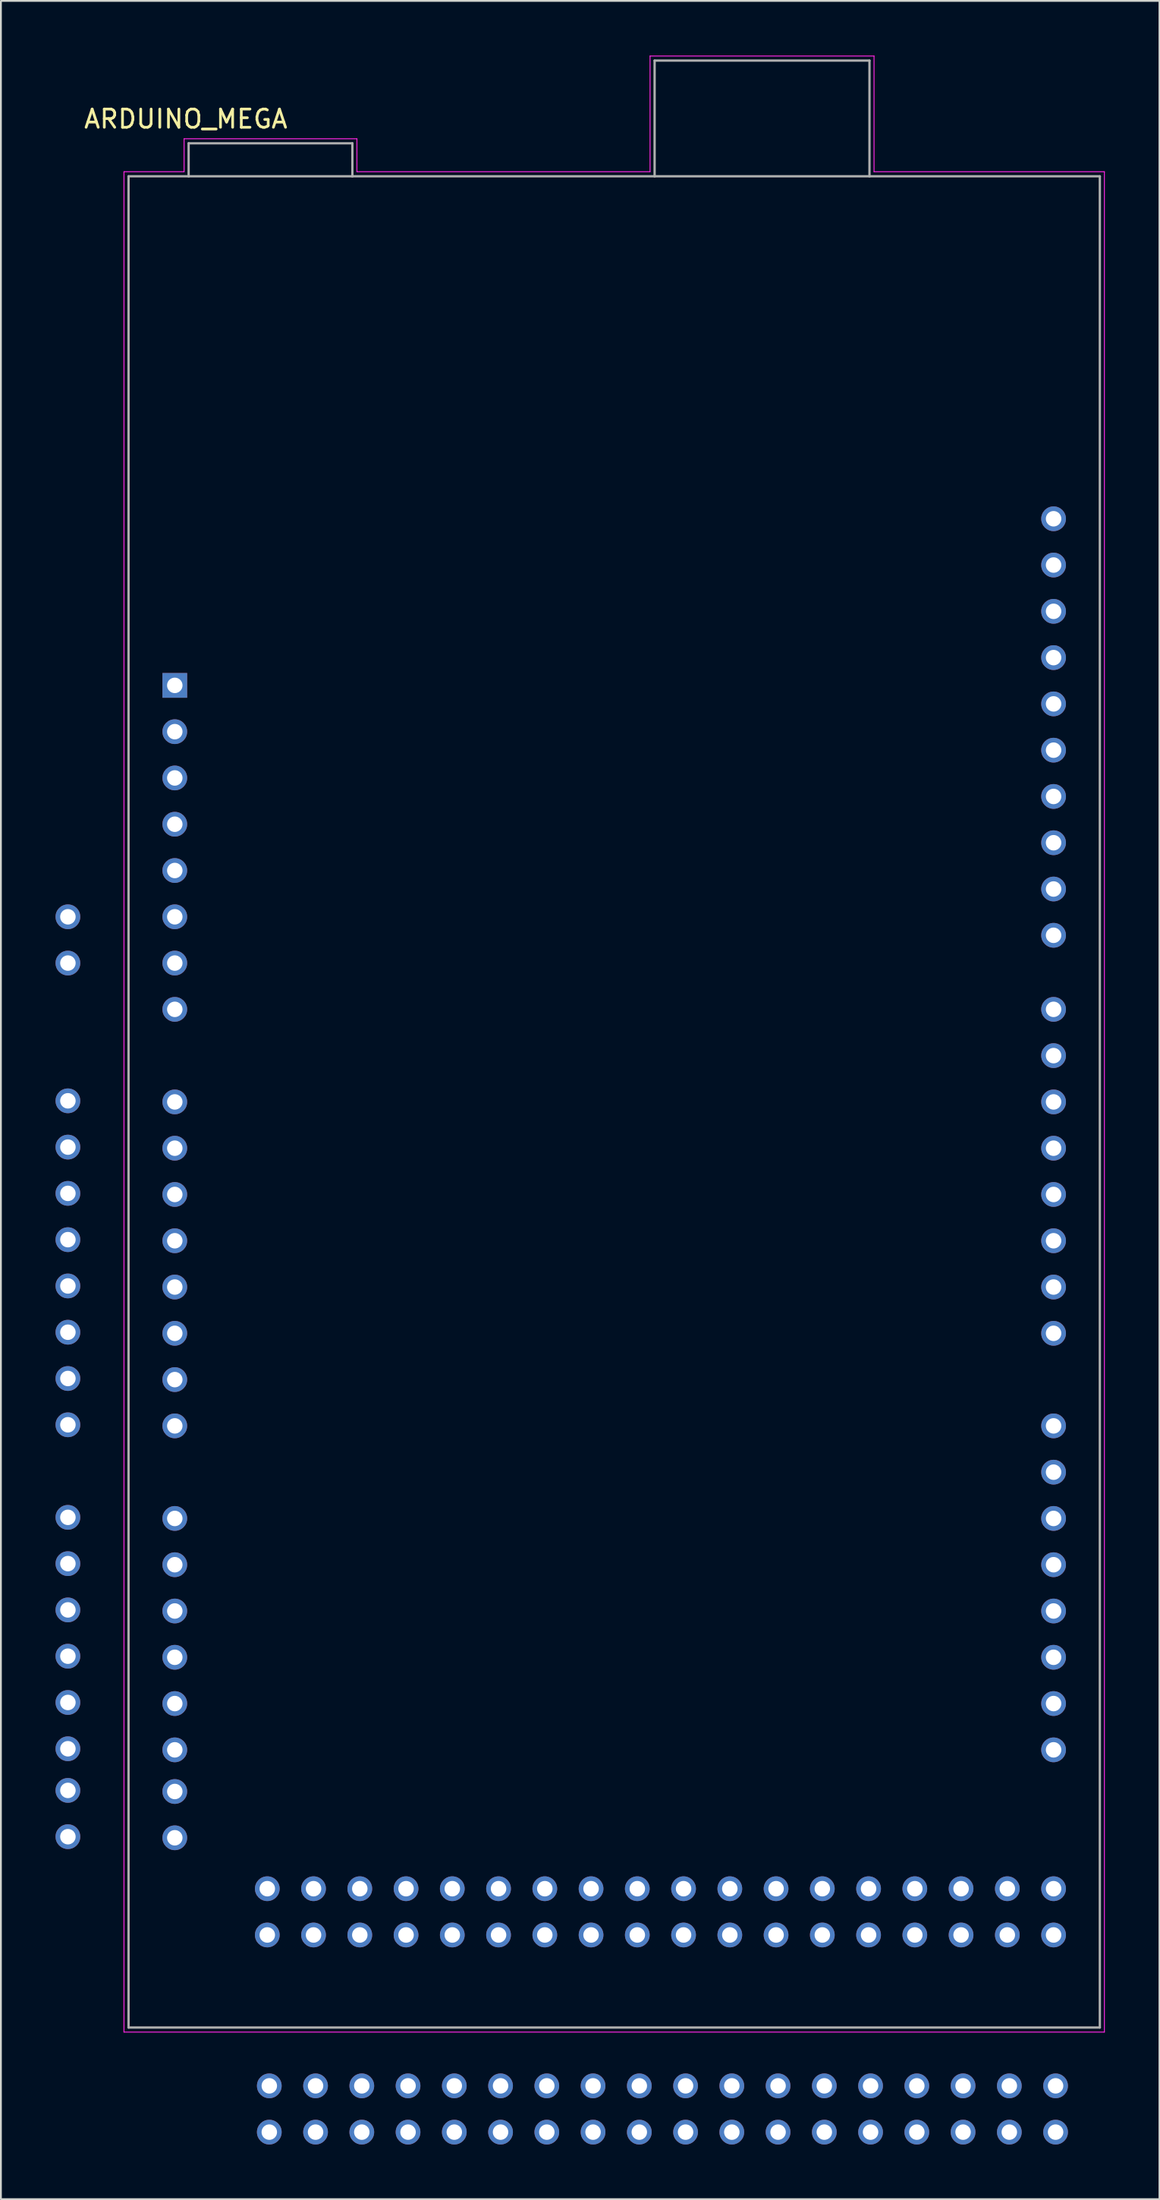
<source format=kicad_pcb>
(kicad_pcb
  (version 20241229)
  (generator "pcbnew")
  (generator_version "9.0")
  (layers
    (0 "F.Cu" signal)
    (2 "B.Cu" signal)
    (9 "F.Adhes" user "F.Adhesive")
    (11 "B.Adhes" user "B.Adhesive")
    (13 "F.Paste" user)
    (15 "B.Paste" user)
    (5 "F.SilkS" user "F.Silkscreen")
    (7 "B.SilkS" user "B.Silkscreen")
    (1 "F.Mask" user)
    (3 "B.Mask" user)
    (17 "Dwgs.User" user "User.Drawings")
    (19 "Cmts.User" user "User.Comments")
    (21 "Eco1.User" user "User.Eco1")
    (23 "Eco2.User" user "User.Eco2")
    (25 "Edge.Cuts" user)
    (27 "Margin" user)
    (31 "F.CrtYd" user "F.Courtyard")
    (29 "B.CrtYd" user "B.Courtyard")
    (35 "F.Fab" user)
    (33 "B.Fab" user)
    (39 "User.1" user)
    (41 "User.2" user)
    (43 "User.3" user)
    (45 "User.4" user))
  (footprint "ARDUINO_MEGA"
    (layer "F.Cu")
    (at 30.679 57.425)
    (property "Reference" "ARDUINO_MEGA" (at -23.525 -53.945 0) (layer "F.SilkS") (effects (font (size 1 1) (thickness 0.15))))
    (attr through_hole)
    (fp_line (start -26.92 -51.05) (end -23.62 -51.05) (stroke (width 0.05) (type solid)) (layer "F.CrtYd"))
    (fp_line (start -26.92 51.05) (end -26.92 -51.05) (stroke (width 0.05) (type solid)) (layer "F.CrtYd"))
    (fp_line (start -23.62 -52.86) (end -14.128 -52.86) (stroke (width 0.05) (type solid)) (layer "F.CrtYd"))
    (fp_line (start -23.62 -51.05) (end -23.62 -52.86) (stroke (width 0.05) (type solid)) (layer "F.CrtYd"))
    (fp_line (start -14.128 -52.86) (end -14.128 -51.05) (stroke (width 0.05) (type solid)) (layer "F.CrtYd"))
    (fp_line (start -14.128 -51.05) (end 1.97 -51.05) (stroke (width 0.05) (type solid)) (layer "F.CrtYd"))
    (fp_line (start 1.97 -57.4) (end 14.27 -57.4) (stroke (width 0.05) (type solid)) (layer "F.CrtYd"))
    (fp_line (start 1.97 -51.05) (end 1.97 -57.4) (stroke (width 0.05) (type solid)) (layer "F.CrtYd"))
    (fp_line (start 14.27 -57.4) (end 14.27 -51.05) (stroke (width 0.05) (type solid)) (layer "F.CrtYd"))
    (fp_line (start 14.27 -51.05) (end 26.92 -51.05) (stroke (width 0.05) (type solid)) (layer "F.CrtYd"))
    (fp_line (start 26.92 -51.05) (end 26.92 51.05) (stroke (width 0.05) (type solid)) (layer "F.CrtYd"))
    (fp_line (start 26.92 51.05) (end -26.92 51.05) (stroke (width 0.05) (type solid)) (layer "F.CrtYd"))
    (fp_line (start -26.67 -50.8) (end -23.37 -50.8) (stroke (width 0.127) (type solid)) (layer "F.Fab"))
    (fp_line (start -26.67 50.8) (end -26.67 -50.8) (stroke (width 0.127) (type solid)) (layer "F.Fab"))
    (fp_line (start -23.37 -52.61) (end -14.378 -52.61) (stroke (width 0.127) (type solid)) (layer "F.Fab"))
    (fp_line (start -23.37 -50.8) (end -23.37 -52.61) (stroke (width 0.127) (type solid)) (layer "F.Fab"))
    (fp_line (start -23.37 -50.8) (end -14.378 -50.8) (stroke (width 0.127) (type solid)) (layer "F.Fab"))
    (fp_line (start -14.378 -52.61) (end -14.378 -50.8) (stroke (width 0.127) (type solid)) (layer "F.Fab"))
    (fp_line (start -14.378 -50.8) (end 2.22 -50.8) (stroke (width 0.127) (type solid)) (layer "F.Fab"))
    (fp_line (start 2.22 -57.15) (end 2.22 -50.8) (stroke (width 0.127) (type solid)) (layer "F.Fab"))
    (fp_line (start 2.22 -50.8) (end 14.02 -50.8) (stroke (width 0.127) (type solid)) (layer "F.Fab"))
    (fp_line (start 14.02 -57.15) (end 2.22 -57.15) (stroke (width 0.127) (type solid)) (layer "F.Fab"))
    (fp_line (start 14.02 -50.8) (end 14.02 -57.15) (stroke (width 0.127) (type solid)) (layer "F.Fab"))
    (fp_line (start 14.02 -50.8) (end 26.67 -50.8) (stroke (width 0.127) (type solid)) (layer "F.Fab"))
    (fp_line (start 26.67 -50.8) (end 26.67 50.8) (stroke (width 0.127) (type solid)) (layer "F.Fab"))
    (fp_line (start 26.67 50.8) (end -26.67 50.8) (stroke (width 0.127) (type solid)) (layer "F.Fab"))
    (pad "0" thru_hole circle (at 24.13 12.7) (size 1.358 1.358) (drill 0.85) (layers "*.Cu" "*.Mask"))
    (pad "1" thru_hole circle (at 24.13 10.16) (size 1.358 1.358) (drill 0.85) (layers "*.Cu" "*.Mask"))
    (pad "2" thru_hole circle (at 24.13 7.62) (size 1.358 1.358) (drill 0.85) (layers "*.Cu" "*.Mask"))
    (pad "3" thru_hole circle (at 24.13 5.08) (size 1.358 1.358) (drill 0.85) (layers "*.Cu" "*.Mask"))
    (pad "3V3" thru_hole circle (at -24.13 -15.24) (size 1.358 1.358) (drill 0.85) (layers "*.Cu" "*.Mask"))
    (pad "4" thru_hole circle (at 24.13 2.54) (size 1.358 1.358) (drill 0.85) (layers "*.Cu" "*.Mask"))
    (pad "5" thru_hole circle (at 24.13 0) (size 1.358 1.358) (drill 0.85) (layers "*.Cu" "*.Mask"))
    (pad "5V_1" thru_hole circle (at -24.13 -12.7) (size 1.358 1.358) (drill 0.85) (layers "*.Cu" "*.Mask"))
    (pad "5V_2" thru_hole circle (at 24.13 43.18) (size 1.358 1.358) (drill 0.85) (layers "*.Cu" "*.Mask"))
    (pad "5V_2" thru_hole circle (at 24.24 54) (size 1.358 1.358) (drill 0.85) (layers "*.Cu" "*.Mask"))
    (pad "5V_3" thru_hole circle (at 24.13 45.72) (size 1.358 1.358) (drill 0.85) (layers "*.Cu" "*.Mask"))
    (pad "5V_3" thru_hole circle (at 24.24 56.54) (size 1.358 1.358) (drill 0.85) (layers "*.Cu" "*.Mask"))
    (pad "6" thru_hole circle (at 24.13 -2.54) (size 1.358 1.358) (drill 0.85) (layers "*.Cu" "*.Mask"))
    (pad "7" thru_hole circle (at 24.13 -5.08) (size 1.358 1.358) (drill 0.85) (layers "*.Cu" "*.Mask"))
    (pad "8" thru_hole circle (at 24.13 -9.144) (size 1.358 1.358) (drill 0.85) (layers "*.Cu" "*.Mask"))
    (pad "9" thru_hole circle (at 24.13 -11.684) (size 1.358 1.358) (drill 0.85) (layers "*.Cu" "*.Mask"))
    (pad "10" thru_hole circle (at 24.13 -14.224) (size 1.358 1.358) (drill 0.85) (layers "*.Cu" "*.Mask"))
    (pad "11" thru_hole circle (at 24.13 -16.764) (size 1.358 1.358) (drill 0.85) (layers "*.Cu" "*.Mask"))
    (pad "12" thru_hole circle (at 24.13 -19.304) (size 1.358 1.358) (drill 0.85) (layers "*.Cu" "*.Mask"))
    (pad "13" thru_hole circle (at 24.13 -21.844) (size 1.358 1.358) (drill 0.85) (layers "*.Cu" "*.Mask"))
    (pad "14" thru_hole circle (at 24.13 17.78) (size 1.358 1.358) (drill 0.85) (layers "*.Cu" "*.Mask"))
    (pad "15" thru_hole circle (at 24.13 20.32) (size 1.358 1.358) (drill 0.85) (layers "*.Cu" "*.Mask"))
    (pad "16" thru_hole circle (at 24.13 22.86) (size 1.358 1.358) (drill 0.85) (layers "*.Cu" "*.Mask"))
    (pad "17" thru_hole circle (at 24.13 25.4) (size 1.358 1.358) (drill 0.85) (layers "*.Cu" "*.Mask"))
    (pad "18" thru_hole circle (at 24.13 27.94) (size 1.358 1.358) (drill 0.85) (layers "*.Cu" "*.Mask"))
    (pad "19" thru_hole circle (at 24.13 30.48) (size 1.358 1.358) (drill 0.85) (layers "*.Cu" "*.Mask"))
    (pad "20" thru_hole circle (at 24.13 33.02) (size 1.358 1.358) (drill 0.85) (layers "*.Cu" "*.Mask"))
    (pad "21" thru_hole circle (at 24.13 35.56) (size 1.358 1.358) (drill 0.85) (layers "*.Cu" "*.Mask"))
    (pad "22" thru_hole circle (at 21.59 43.18) (size 1.358 1.358) (drill 0.85) (layers "*.Cu" "*.Mask"))
    (pad "22" thru_hole circle (at 21.7 54) (size 1.358 1.358) (drill 0.85) (layers "*.Cu" "*.Mask"))
    (pad "23" thru_hole circle (at 21.59 45.72) (size 1.358 1.358) (drill 0.85) (layers "*.Cu" "*.Mask"))
    (pad "23" thru_hole circle (at 21.7 56.54) (size 1.358 1.358) (drill 0.85) (layers "*.Cu" "*.Mask"))
    (pad "24" thru_hole circle (at 19.05 43.18) (size 1.358 1.358) (drill 0.85) (layers "*.Cu" "*.Mask"))
    (pad "24" thru_hole circle (at 19.16 54) (size 1.358 1.358) (drill 0.85) (layers "*.Cu" "*.Mask"))
    (pad "25" thru_hole circle (at 19.05 45.72) (size 1.358 1.358) (drill 0.85) (layers "*.Cu" "*.Mask"))
    (pad "25" thru_hole circle (at 19.16 56.54) (size 1.358 1.358) (drill 0.85) (layers "*.Cu" "*.Mask"))
    (pad "26" thru_hole circle (at 16.51 43.18) (size 1.358 1.358) (drill 0.85) (layers "*.Cu" "*.Mask"))
    (pad "26" thru_hole circle (at 16.62 54) (size 1.358 1.358) (drill 0.85) (layers "*.Cu" "*.Mask"))
    (pad "27" thru_hole circle (at 16.51 45.72) (size 1.358 1.358) (drill 0.85) (layers "*.Cu" "*.Mask"))
    (pad "27" thru_hole circle (at 16.62 56.54) (size 1.358 1.358) (drill 0.85) (layers "*.Cu" "*.Mask"))
    (pad "28" thru_hole circle (at 13.97 43.18) (size 1.358 1.358) (drill 0.85) (layers "*.Cu" "*.Mask"))
    (pad "28" thru_hole circle (at 14.08 54) (size 1.358 1.358) (drill 0.85) (layers "*.Cu" "*.Mask"))
    (pad "29" thru_hole circle (at 13.97 45.72) (size 1.358 1.358) (drill 0.85) (layers "*.Cu" "*.Mask"))
    (pad "29" thru_hole circle (at 14.08 56.54) (size 1.358 1.358) (drill 0.85) (layers "*.Cu" "*.Mask"))
    (pad "30" thru_hole circle (at 11.43 43.18) (size 1.358 1.358) (drill 0.85) (layers "*.Cu" "*.Mask"))
    (pad "30" thru_hole circle (at 11.54 54) (size 1.358 1.358) (drill 0.85) (layers "*.Cu" "*.Mask"))
    (pad "31" thru_hole circle (at 11.43 45.72) (size 1.358 1.358) (drill 0.85) (layers "*.Cu" "*.Mask"))
    (pad "31" thru_hole circle (at 11.54 56.54) (size 1.358 1.358) (drill 0.85) (layers "*.Cu" "*.Mask"))
    (pad "32" thru_hole circle (at 8.89 43.18) (size 1.358 1.358) (drill 0.85) (layers "*.Cu" "*.Mask"))
    (pad "32" thru_hole circle (at 9 54) (size 1.358 1.358) (drill 0.85) (layers "*.Cu" "*.Mask"))
    (pad "33" thru_hole circle (at 8.89 45.72) (size 1.358 1.358) (drill 0.85) (layers "*.Cu" "*.Mask"))
    (pad "33" thru_hole circle (at 9 56.54) (size 1.358 1.358) (drill 0.85) (layers "*.Cu" "*.Mask"))
    (pad "34" thru_hole circle (at 6.35 43.18) (size 1.358 1.358) (drill 0.85) (layers "*.Cu" "*.Mask"))
    (pad "34" thru_hole circle (at 6.46 54) (size 1.358 1.358) (drill 0.85) (layers "*.Cu" "*.Mask"))
    (pad "35" thru_hole circle (at 6.35 45.72) (size 1.358 1.358) (drill 0.85) (layers "*.Cu" "*.Mask"))
    (pad "35" thru_hole circle (at 6.46 56.54) (size 1.358 1.358) (drill 0.85) (layers "*.Cu" "*.Mask"))
    (pad "36" thru_hole circle (at 3.81 43.18) (size 1.358 1.358) (drill 0.85) (layers "*.Cu" "*.Mask"))
    (pad "36" thru_hole circle (at 3.92 54) (size 1.358 1.358) (drill 0.85) (layers "*.Cu" "*.Mask"))
    (pad "37" thru_hole circle (at 3.81 45.72) (size 1.358 1.358) (drill 0.85) (layers "*.Cu" "*.Mask"))
    (pad "37" thru_hole circle (at 3.92 56.54) (size 1.358 1.358) (drill 0.85) (layers "*.Cu" "*.Mask"))
    (pad "38" thru_hole circle (at 1.27 43.18) (size 1.358 1.358) (drill 0.85) (layers "*.Cu" "*.Mask"))
    (pad "38" thru_hole circle (at 1.38 54) (size 1.358 1.358) (drill 0.85) (layers "*.Cu" "*.Mask"))
    (pad "39" thru_hole circle (at 1.27 45.72) (size 1.358 1.358) (drill 0.85) (layers "*.Cu" "*.Mask"))
    (pad "39" thru_hole circle (at 1.38 56.54) (size 1.358 1.358) (drill 0.85) (layers "*.Cu" "*.Mask"))
    (pad "40" thru_hole circle (at -1.27 43.18) (size 1.358 1.358) (drill 0.85) (layers "*.Cu" "*.Mask"))
    (pad "40" thru_hole circle (at -1.16 54) (size 1.358 1.358) (drill 0.85) (layers "*.Cu" "*.Mask"))
    (pad "41" thru_hole circle (at -1.27 45.72) (size 1.358 1.358) (drill 0.85) (layers "*.Cu" "*.Mask"))
    (pad "41" thru_hole circle (at -1.16 56.54) (size 1.358 1.358) (drill 0.85) (layers "*.Cu" "*.Mask"))
    (pad "42" thru_hole circle (at -3.81 43.18) (size 1.358 1.358) (drill 0.85) (layers "*.Cu" "*.Mask"))
    (pad "42" thru_hole circle (at -3.7 54) (size 1.358 1.358) (drill 0.85) (layers "*.Cu" "*.Mask"))
    (pad "43" thru_hole circle (at -3.81 45.72) (size 1.358 1.358) (drill 0.85) (layers "*.Cu" "*.Mask"))
    (pad "43" thru_hole circle (at -3.7 56.54) (size 1.358 1.358) (drill 0.85) (layers "*.Cu" "*.Mask"))
    (pad "44" thru_hole circle (at -6.35 43.18) (size 1.358 1.358) (drill 0.85) (layers "*.Cu" "*.Mask"))
    (pad "44" thru_hole circle (at -6.24 54) (size 1.358 1.358) (drill 0.85) (layers "*.Cu" "*.Mask"))
    (pad "45" thru_hole circle (at -6.35 45.72) (size 1.358 1.358) (drill 0.85) (layers "*.Cu" "*.Mask"))
    (pad "45" thru_hole circle (at -6.24 56.54) (size 1.358 1.358) (drill 0.85) (layers "*.Cu" "*.Mask"))
    (pad "46" thru_hole circle (at -8.89 43.18) (size 1.358 1.358) (drill 0.85) (layers "*.Cu" "*.Mask"))
    (pad "46" thru_hole circle (at -8.78 54) (size 1.358 1.358) (drill 0.85) (layers "*.Cu" "*.Mask"))
    (pad "47" thru_hole circle (at -8.89 45.72) (size 1.358 1.358) (drill 0.85) (layers "*.Cu" "*.Mask"))
    (pad "47" thru_hole circle (at -8.78 56.54) (size 1.358 1.358) (drill 0.85) (layers "*.Cu" "*.Mask"))
    (pad "48" thru_hole circle (at -11.43 43.18) (size 1.358 1.358) (drill 0.85) (layers "*.Cu" "*.Mask"))
    (pad "48" thru_hole circle (at -11.32 54) (size 1.358 1.358) (drill 0.85) (layers "*.Cu" "*.Mask"))
    (pad "49" thru_hole circle (at -11.43 45.72) (size 1.358 1.358) (drill 0.85) (layers "*.Cu" "*.Mask"))
    (pad "49" thru_hole circle (at -11.32 56.54) (size 1.358 1.358) (drill 0.85) (layers "*.Cu" "*.Mask"))
    (pad "50" thru_hole circle (at -13.97 43.18) (size 1.358 1.358) (drill 0.85) (layers "*.Cu" "*.Mask"))
    (pad "50" thru_hole circle (at -13.86 54) (size 1.358 1.358) (drill 0.85) (layers "*.Cu" "*.Mask"))
    (pad "51" thru_hole circle (at -13.97 45.72) (size 1.358 1.358) (drill 0.85) (layers "*.Cu" "*.Mask"))
    (pad "51" thru_hole circle (at -13.86 56.54) (size 1.358 1.358) (drill 0.85) (layers "*.Cu" "*.Mask"))
    (pad "52" thru_hole circle (at -16.51 43.18) (size 1.358 1.358) (drill 0.85) (layers "*.Cu" "*.Mask"))
    (pad "52" thru_hole circle (at -16.4 54) (size 1.358 1.358) (drill 0.85) (layers "*.Cu" "*.Mask"))
    (pad "53" thru_hole circle (at -16.51 45.72) (size 1.358 1.358) (drill 0.85) (layers "*.Cu" "*.Mask"))
    (pad "53" thru_hole circle (at -16.4 56.54) (size 1.358 1.358) (drill 0.85) (layers "*.Cu" "*.Mask"))
    (pad "AD0" thru_hole circle (at -30 -0.06) (size 1.358 1.358) (drill 0.85) (layers "*.Cu" "*.Mask"))
    (pad "AD0" thru_hole circle (at -24.13 0) (size 1.358 1.358) (drill 0.85) (layers "*.Cu" "*.Mask"))
    (pad "AD1" thru_hole circle (at -30 2.48) (size 1.358 1.358) (drill 0.85) (layers "*.Cu" "*.Mask"))
    (pad "AD1" thru_hole circle (at -24.13 2.54) (size 1.358 1.358) (drill 0.85) (layers "*.Cu" "*.Mask"))
    (pad "AD2" thru_hole circle (at -30 5.02) (size 1.358 1.358) (drill 0.85) (layers "*.Cu" "*.Mask"))
    (pad "AD2" thru_hole circle (at -24.13 5.08) (size 1.358 1.358) (drill 0.85) (layers "*.Cu" "*.Mask"))
    (pad "AD3" thru_hole circle (at -30 7.56) (size 1.358 1.358) (drill 0.85) (layers "*.Cu" "*.Mask"))
    (pad "AD3" thru_hole circle (at -24.13 7.62) (size 1.358 1.358) (drill 0.85) (layers "*.Cu" "*.Mask"))
    (pad "AD4" thru_hole circle (at -30 10.1) (size 1.358 1.358) (drill 0.85) (layers "*.Cu" "*.Mask"))
    (pad "AD4" thru_hole circle (at -24.13 10.16) (size 1.358 1.358) (drill 0.85) (layers "*.Cu" "*.Mask"))
    (pad "AD5" thru_hole circle (at -30 12.64) (size 1.358 1.358) (drill 0.85) (layers "*.Cu" "*.Mask"))
    (pad "AD5" thru_hole circle (at -24.13 12.7) (size 1.358 1.358) (drill 0.85) (layers "*.Cu" "*.Mask"))
    (pad "AD6" thru_hole circle (at -30 15.18) (size 1.358 1.358) (drill 0.85) (layers "*.Cu" "*.Mask"))
    (pad "AD6" thru_hole circle (at -24.13 15.24) (size 1.358 1.358) (drill 0.85) (layers "*.Cu" "*.Mask"))
    (pad "AD7" thru_hole circle (at -30 17.72) (size 1.358 1.358) (drill 0.85) (layers "*.Cu" "*.Mask"))
    (pad "AD7" thru_hole circle (at -24.13 17.78) (size 1.358 1.358) (drill 0.85) (layers "*.Cu" "*.Mask"))
    (pad "AD8" thru_hole circle (at -30 22.8) (size 1.358 1.358) (drill 0.85) (layers "*.Cu" "*.Mask"))
    (pad "AD8" thru_hole circle (at -24.13 22.86) (size 1.358 1.358) (drill 0.85) (layers "*.Cu" "*.Mask"))
    (pad "AD9" thru_hole circle (at -30 25.34) (size 1.358 1.358) (drill 0.85) (layers "*.Cu" "*.Mask"))
    (pad "AD9" thru_hole circle (at -24.13 25.4) (size 1.358 1.358) (drill 0.85) (layers "*.Cu" "*.Mask"))
    (pad "AD10" thru_hole circle (at -30 27.88) (size 1.358 1.358) (drill 0.85) (layers "*.Cu" "*.Mask"))
    (pad "AD10" thru_hole circle (at -24.13 27.94) (size 1.358 1.358) (drill 0.85) (layers "*.Cu" "*.Mask"))
    (pad "AD11" thru_hole circle (at -30 30.42) (size 1.358 1.358) (drill 0.85) (layers "*.Cu" "*.Mask"))
    (pad "AD11" thru_hole circle (at -24.13 30.48) (size 1.358 1.358) (drill 0.85) (layers "*.Cu" "*.Mask"))
    (pad "AD12" thru_hole circle (at -30 32.96) (size 1.358 1.358) (drill 0.85) (layers "*.Cu" "*.Mask"))
    (pad "AD12" thru_hole circle (at -24.13 33.02) (size 1.358 1.358) (drill 0.85) (layers "*.Cu" "*.Mask"))
    (pad "AD13" thru_hole circle (at -30 35.5) (size 1.358 1.358) (drill 0.85) (layers "*.Cu" "*.Mask"))
    (pad "AD13" thru_hole circle (at -24.13 35.56) (size 1.358 1.358) (drill 0.85) (layers "*.Cu" "*.Mask"))
    (pad "AD14" thru_hole circle (at -30 37.786) (size 1.358 1.358) (drill 0.85) (layers "*.Cu" "*.Mask"))
    (pad "AD14" thru_hole circle (at -24.13 37.846) (size 1.358 1.358) (drill 0.85) (layers "*.Cu" "*.Mask"))
    (pad "AD15" thru_hole circle (at -30 40.326) (size 1.358 1.358) (drill 0.85) (layers "*.Cu" "*.Mask"))
    (pad "AD15" thru_hole circle (at -24.13 40.386) (size 1.358 1.358) (drill 0.85) (layers "*.Cu" "*.Mask"))
    (pad "AREF" thru_hole circle (at 24.13 -26.924) (size 1.358 1.358) (drill 0.85) (layers "*.Cu" "*.Mask"))
    (pad "GND1" thru_hole circle (at -30 -10.16) (size 1.358 1.358) (drill 0.85) (layers "*.Cu" "*.Mask"))
    (pad "GND1" thru_hole circle (at -24.13 -10.16) (size 1.358 1.358) (drill 0.85) (layers "*.Cu" "*.Mask"))
    (pad "GND2" thru_hole circle (at -30 -7.62) (size 1.358 1.358) (drill 0.85) (layers "*.Cu" "*.Mask"))
    (pad "GND2" thru_hole circle (at -24.13 -7.62) (size 1.358 1.358) (drill 0.85) (layers "*.Cu" "*.Mask"))
    (pad "GND3" thru_hole circle (at 24.13 -24.384) (size 1.358 1.358) (drill 0.85) (layers "*.Cu" "*.Mask"))
    (pad "GND4" thru_hole circle (at -19.05 43.18) (size 1.358 1.358) (drill 0.85) (layers "*.Cu" "*.Mask"))
    (pad "GND4" thru_hole circle (at -18.94 54) (size 1.358 1.358) (drill 0.85) (layers "*.Cu" "*.Mask"))
    (pad "GND5" thru_hole circle (at -19.05 45.72) (size 1.358 1.358) (drill 0.85) (layers "*.Cu" "*.Mask"))
    (pad "GND5" thru_hole circle (at -18.94 56.54) (size 1.358 1.358) (drill 0.85) (layers "*.Cu" "*.Mask"))
    (pad "IOREF" thru_hole circle (at -24.13 -20.32) (size 1.358 1.358) (drill 0.85) (layers "*.Cu" "*.Mask"))
    (pad "NC" thru_hole rect (at -24.13 -22.86) (size 1.358 1.358) (drill 0.85) (layers "*.Cu" "*.Mask"))
    (pad "RESET" thru_hole circle (at -24.13 -17.78) (size 1.358 1.358) (drill 0.85) (layers "*.Cu" "*.Mask"))
    (pad "SCL" thru_hole circle (at 24.13 -32.004) (size 1.358 1.358) (drill 0.85) (layers "*.Cu" "*.Mask"))
    (pad "SDA" thru_hole circle (at 24.13 -29.464) (size 1.358 1.358) (drill 0.85) (layers "*.Cu" "*.Mask"))
    (pad "VIN" thru_hole circle (at -24.13 -5.08) (size 1.358 1.358) (drill 0.85) (layers "*.Cu" "*.Mask")))
  (gr_rect
    (start -3 -3)
    (end 60.624 117.644)
    (stroke (width 0.1) (type default))
    (fill no)
    (layer "Edge.Cuts")))
</source>
